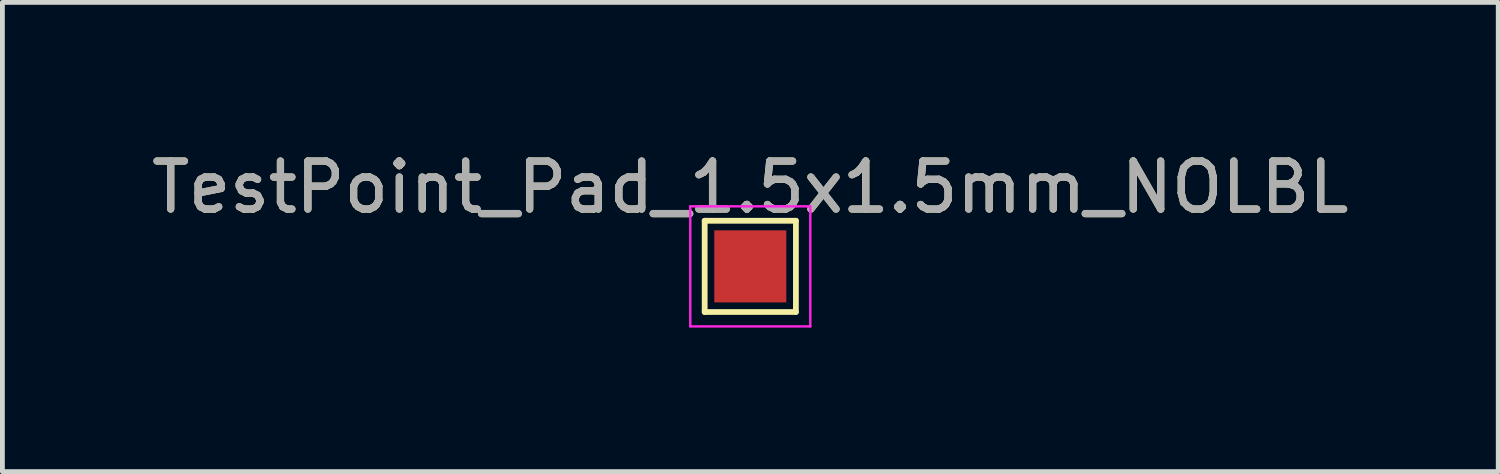
<source format=kicad_pcb>
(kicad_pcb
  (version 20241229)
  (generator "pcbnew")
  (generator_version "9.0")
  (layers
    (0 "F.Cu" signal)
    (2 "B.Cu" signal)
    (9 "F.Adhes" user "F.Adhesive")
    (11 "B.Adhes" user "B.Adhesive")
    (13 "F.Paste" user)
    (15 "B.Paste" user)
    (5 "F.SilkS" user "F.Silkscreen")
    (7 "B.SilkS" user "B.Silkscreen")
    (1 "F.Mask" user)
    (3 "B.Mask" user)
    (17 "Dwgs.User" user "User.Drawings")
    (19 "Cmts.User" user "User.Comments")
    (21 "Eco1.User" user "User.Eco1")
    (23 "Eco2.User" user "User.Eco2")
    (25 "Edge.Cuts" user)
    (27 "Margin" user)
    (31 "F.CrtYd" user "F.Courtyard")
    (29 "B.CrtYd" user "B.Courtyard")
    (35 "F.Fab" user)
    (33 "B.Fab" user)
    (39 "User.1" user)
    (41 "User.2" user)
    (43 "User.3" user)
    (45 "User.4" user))
  (footprint "TestPoint_Pad_1.5x1.5mm_NOLBL"
    (layer "F.Cu")
    (at 12.577 2.498)
    (property "Reference" "TestPoint_Pad_1.5x1.5mm_NOLBL" (at 0 -1.648 0) (layer "F.SilkS") (effects (font (size 1 1) (thickness 0.15))))
    (attr exclude_from_pos_files exclude_from_bom)
    (fp_line (start -0.95 -0.95) (end 0.95 -0.95) (stroke (width 0.12) (type solid)) (layer "F.SilkS"))
    (fp_line (start -0.95 0.95) (end -0.95 -0.95) (stroke (width 0.12) (type solid)) (layer "F.SilkS"))
    (fp_line (start 0.95 -0.95) (end 0.95 0.95) (stroke (width 0.12) (type solid)) (layer "F.SilkS"))
    (fp_line (start 0.95 0.95) (end -0.95 0.95) (stroke (width 0.12) (type solid)) (layer "F.SilkS"))
    (fp_line (start -1.25 -1.25) (end -1.25 1.25) (stroke (width 0.05) (type solid)) (layer "F.CrtYd"))
    (fp_line (start -1.25 -1.25) (end 1.25 -1.25) (stroke (width 0.05) (type solid)) (layer "F.CrtYd"))
    (fp_line (start 1.25 1.25) (end -1.25 1.25) (stroke (width 0.05) (type solid)) (layer "F.CrtYd"))
    (fp_line (start 1.25 1.25) (end 1.25 -1.25) (stroke (width 0.05) (type solid)) (layer "F.CrtYd"))
    (fp_text user "${REFERENCE}" (at 0 -1.65 0) (layer "F.Fab") (effects (font (size 1 1) (thickness 0.15))))
    (pad "1" smd rect (at 0 0) (size 1.5 1.5) (layers "F.Cu" "F.Mask")))
  (gr_rect
    (start -3 -3)
    (end 28.155 6.773)
    (stroke (width 0.1) (type default))
    (fill no)
    (layer "Edge.Cuts")))
</source>
